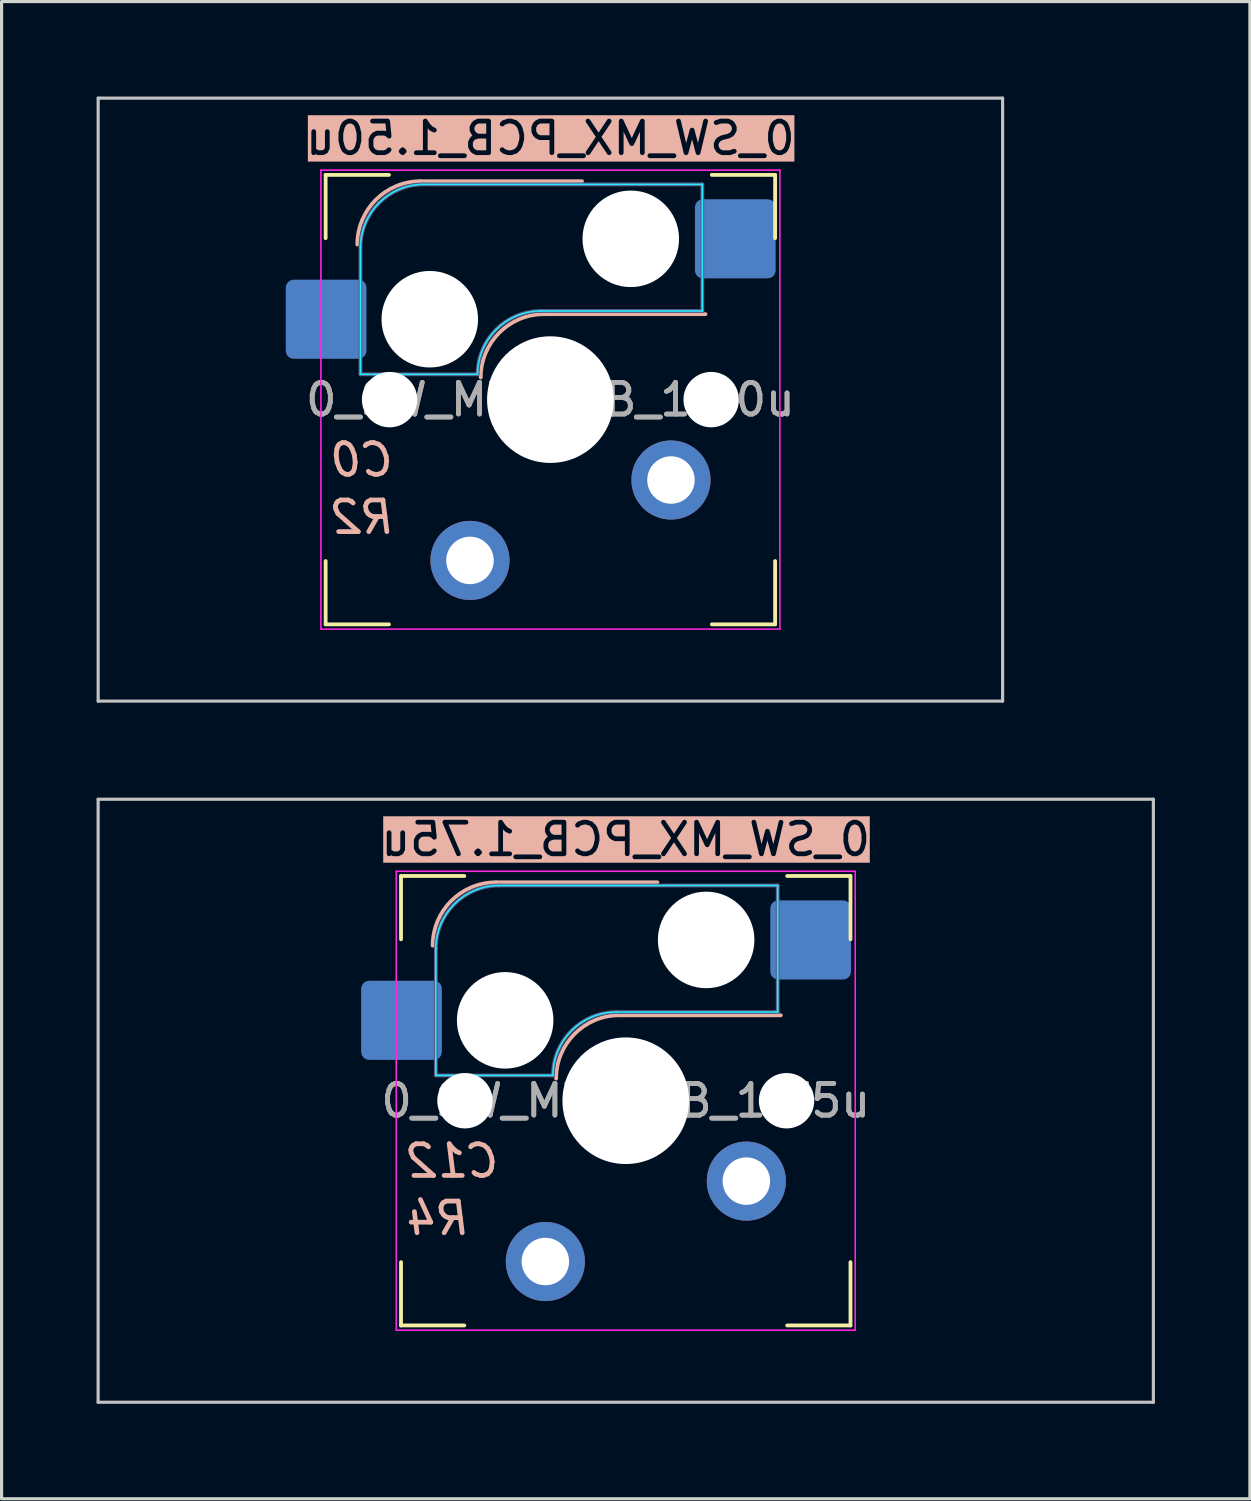
<source format=kicad_pcb>
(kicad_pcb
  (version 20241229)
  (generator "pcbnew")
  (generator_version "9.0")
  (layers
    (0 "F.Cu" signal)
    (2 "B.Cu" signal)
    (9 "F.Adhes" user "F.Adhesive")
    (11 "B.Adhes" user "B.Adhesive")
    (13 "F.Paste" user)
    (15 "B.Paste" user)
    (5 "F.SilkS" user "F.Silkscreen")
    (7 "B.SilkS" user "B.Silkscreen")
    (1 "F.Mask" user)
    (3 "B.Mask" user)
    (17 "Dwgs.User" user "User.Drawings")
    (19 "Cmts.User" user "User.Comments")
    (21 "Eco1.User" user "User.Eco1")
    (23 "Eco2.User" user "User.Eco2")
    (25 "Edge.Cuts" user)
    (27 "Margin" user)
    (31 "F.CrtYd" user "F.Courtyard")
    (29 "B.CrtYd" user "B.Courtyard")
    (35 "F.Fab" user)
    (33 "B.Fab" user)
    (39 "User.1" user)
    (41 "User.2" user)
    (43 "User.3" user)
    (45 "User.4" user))
  (footprint "0_SW_MX_PCB_1.50u"
    (layer "F.Cu")
    (at 14.338 9.575)
    (property "Reference" "0_SW_MX_PCB_1.50u" (at 0 -8.255 0) (layer "B.SilkS" knockout) (effects (font (size 1 1) (thickness 0.15)) (justify mirror)))
    (property "SW_ROW" "R2" (at -6.985 3.715 0) (layer "B.SilkS") (effects (font (size 1 1) (thickness 0.15) (italic yes)) (justify right mirror)))
    (property "SW_COL" "C0" (at -6.985 1.905 0) (layer "B.SilkS") (effects (font (size 1 1) (thickness 0.15) (italic yes)) (justify right mirror)))
    (attr through_hole)
    (fp_line (start -7.1 -7.1) (end -7.1 -5.1) (stroke (width 0.12) (type solid)) (layer "F.SilkS"))
    (fp_line (start -7.1 -7.1) (end -5.1 -7.1) (stroke (width 0.12) (type solid)) (layer "F.SilkS"))
    (fp_line (start -7.1 7.1) (end -7.1 5.1) (stroke (width 0.12) (type solid)) (layer "F.SilkS"))
    (fp_line (start -7.1 7.1) (end -5.1 7.1) (stroke (width 0.12) (type solid)) (layer "F.SilkS"))
    (fp_line (start 7.1 -7.1) (end 5.1 -7.1) (stroke (width 0.12) (type solid)) (layer "F.SilkS"))
    (fp_line (start 7.1 -7.1) (end 7.1 -5.1) (stroke (width 0.12) (type solid)) (layer "F.SilkS"))
    (fp_line (start 7.1 7.1) (end 5.1 7.1) (stroke (width 0.12) (type solid)) (layer "F.SilkS"))
    (fp_line (start 7.1 7.1) (end 7.1 5.1) (stroke (width 0.12) (type solid)) (layer "F.SilkS"))
    (fp_line (start -4.1 -6.9) (end 1 -6.9) (stroke (width 0.12) (type solid)) (layer "B.SilkS"))
    (fp_line (start -0.2 -2.7) (end 4.9 -2.7) (stroke (width 0.12) (type solid)) (layer "B.SilkS"))
    (fp_arc (start -6.1 -4.9) (mid -5.514214 -6.314214) (end -4.1 -6.9) (stroke (width 0.12) (type solid)) (layer "B.SilkS"))
    (fp_arc (start -2.2 -0.7) (mid -1.614214 -2.114214) (end -0.2 -2.7) (stroke (width 0.12) (type solid)) (layer "B.SilkS"))
    (fp_line (start -14.287 -9.525) (end -14.287 9.525) (stroke (width 0.1) (type solid)) (layer "Dwgs.User"))
    (fp_line (start -14.287 9.525) (end 14.287 9.525) (stroke (width 0.1) (type solid)) (layer "Dwgs.User"))
    (fp_line (start 14.287 -9.525) (end -14.287 -9.525) (stroke (width 0.1) (type solid)) (layer "Dwgs.User"))
    (fp_line (start 14.287 9.525) (end 14.287 -9.525) (stroke (width 0.1) (type solid)) (layer "Dwgs.User"))
    (fp_line (start -6 -0.8) (end -6 -4.8) (stroke (width 0.05) (type solid)) (layer "B.CrtYd"))
    (fp_line (start -6 -0.8) (end -2.3 -0.8) (stroke (width 0.05) (type solid)) (layer "B.CrtYd"))
    (fp_line (start -4 -6.8) (end 4.8 -6.8) (stroke (width 0.05) (type solid)) (layer "B.CrtYd"))
    (fp_line (start -0.3 -2.8) (end 4.8 -2.8) (stroke (width 0.05) (type solid)) (layer "B.CrtYd"))
    (fp_line (start 4.8 -6.8) (end 4.8 -2.8) (stroke (width 0.05) (type solid)) (layer "B.CrtYd"))
    (fp_arc (start -6 -4.8) (mid -5.414214 -6.214214) (end -4 -6.8) (stroke (width 0.05) (type solid)) (layer "B.CrtYd"))
    (fp_arc (start -2.3 -0.8) (mid -1.714214 -2.214214) (end -0.3 -2.8) (stroke (width 0.05) (type solid)) (layer "B.CrtYd"))
    (fp_line (start -7.25 -7.25) (end -7.25 7.25) (stroke (width 0.05) (type solid)) (layer "F.CrtYd"))
    (fp_line (start -7.25 7.25) (end 7.25 7.25) (stroke (width 0.05) (type solid)) (layer "F.CrtYd"))
    (fp_line (start 7.25 -7.25) (end -7.25 -7.25) (stroke (width 0.05) (type solid)) (layer "F.CrtYd"))
    (fp_line (start 7.25 7.25) (end 7.25 -7.25) (stroke (width 0.05) (type solid)) (layer "F.CrtYd"))
    (fp_line (start -6 -0.8) (end -6 -4.8) (stroke (width 0.12) (type solid)) (layer "B.Fab"))
    (fp_line (start -6 -0.8) (end -2.3 -0.8) (stroke (width 0.12) (type solid)) (layer "B.Fab"))
    (fp_line (start -4 -6.8) (end 4.8 -6.8) (stroke (width 0.12) (type solid)) (layer "B.Fab"))
    (fp_line (start -0.3 -2.8) (end 4.8 -2.8) (stroke (width 0.12) (type solid)) (layer "B.Fab"))
    (fp_line (start 4.8 -6.8) (end 4.8 -2.8) (stroke (width 0.12) (type solid)) (layer "B.Fab"))
    (fp_arc (start -6 -4.8) (mid -5.414214 -6.214214) (end -4 -6.8) (stroke (width 0.12) (type solid)) (layer "B.Fab"))
    (fp_arc (start -2.3 -0.8) (mid -1.714214 -2.214214) (end -0.3 -2.8) (stroke (width 0.12) (type solid)) (layer "B.Fab"))
    (fp_text user "${REFERENCE}" (at 0 0 0) (layer "F.Fab") (effects (font (size 1 1) (thickness 0.15))))
    (fp_text user "${REFERENCE}" (at 0 0 0) (layer "F.Fab") (effects (font (size 1 1) (thickness 0.15))))
    (pad "" np_thru_hole circle (at -5.08 0) (size 1.75 1.75) (drill 1.75) (layers "*.Cu" "*.Mask"))
    (pad "" np_thru_hole circle (at -3.81 -2.54) (size 3.05 3.05) (drill 3.05) (layers "*.Cu" "*.Mask"))
    (pad "" np_thru_hole circle (at 0 0) (size 4 4) (drill 4) (layers "*.Cu" "*.Mask"))
    (pad "" np_thru_hole circle (at 2.54 -5.08) (size 3.05 3.05) (drill 3.05) (layers "*.Cu" "*.Mask"))
    (pad "" np_thru_hole circle (at 5.08 0) (size 1.75 1.75) (drill 1.75) (layers "*.Cu" "*.Mask"))
    (pad "1" smd roundrect (at -7.085 -2.54) (size 2.55 2.5) (layers "B.Cu" "B.Mask" "B.Paste") (roundrect_rratio 0.1))
    (pad "1" thru_hole circle (at -2.54 5.08 180) (size 2.5 2.5) (drill 1.5) (layers "*.Cu" "*.Mask"))
    (pad "2" thru_hole circle (at 3.81 2.54 180) (size 2.5 2.5) (drill 1.5) (layers "*.Cu" "*.Mask"))
    (pad "2" smd roundrect (at 5.842 -5.08) (size 2.55 2.5) (layers "B.Cu" "B.Mask" "B.Paste") (roundrect_rratio 0.1)))
  (footprint "0_SW_MX_PCB_1.75u"
    (layer "F.Cu")
    (at 16.719 31.725)
    (property "Reference" "0_SW_MX_PCB_1.75u" (at 0 -8.255 0) (layer "B.SilkS" knockout) (effects (font (size 1 1) (thickness 0.15)) (justify mirror)))
    (property "SW_ROW" "R4" (at -6.985 3.715 0) (layer "B.SilkS") (effects (font (size 1 1) (thickness 0.15) (italic yes)) (justify right mirror)))
    (property "SW_COL" "C12" (at -6.985 1.905 0) (layer "B.SilkS") (effects (font (size 1 1) (thickness 0.15) (italic yes)) (justify right mirror)))
    (attr through_hole)
    (fp_line (start -7.1 -7.1) (end -7.1 -5.1) (stroke (width 0.12) (type solid)) (layer "F.SilkS"))
    (fp_line (start -7.1 -7.1) (end -5.1 -7.1) (stroke (width 0.12) (type solid)) (layer "F.SilkS"))
    (fp_line (start -7.1 7.1) (end -7.1 5.1) (stroke (width 0.12) (type solid)) (layer "F.SilkS"))
    (fp_line (start -7.1 7.1) (end -5.1 7.1) (stroke (width 0.12) (type solid)) (layer "F.SilkS"))
    (fp_line (start 7.1 -7.1) (end 5.1 -7.1) (stroke (width 0.12) (type solid)) (layer "F.SilkS"))
    (fp_line (start 7.1 -7.1) (end 7.1 -5.1) (stroke (width 0.12) (type solid)) (layer "F.SilkS"))
    (fp_line (start 7.1 7.1) (end 5.1 7.1) (stroke (width 0.12) (type solid)) (layer "F.SilkS"))
    (fp_line (start 7.1 7.1) (end 7.1 5.1) (stroke (width 0.12) (type solid)) (layer "F.SilkS"))
    (fp_line (start -4.1 -6.9) (end 1 -6.9) (stroke (width 0.12) (type solid)) (layer "B.SilkS"))
    (fp_line (start -0.2 -2.7) (end 4.9 -2.7) (stroke (width 0.12) (type solid)) (layer "B.SilkS"))
    (fp_arc (start -6.1 -4.9) (mid -5.514214 -6.314214) (end -4.1 -6.9) (stroke (width 0.12) (type solid)) (layer "B.SilkS"))
    (fp_arc (start -2.2 -0.7) (mid -1.614214 -2.114214) (end -0.2 -2.7) (stroke (width 0.12) (type solid)) (layer "B.SilkS"))
    (fp_line (start -16.669 -9.525) (end -16.669 9.525) (stroke (width 0.1) (type solid)) (layer "Dwgs.User"))
    (fp_line (start -16.669 9.525) (end 16.669 9.525) (stroke (width 0.1) (type solid)) (layer "Dwgs.User"))
    (fp_line (start 16.669 -9.525) (end -16.669 -9.525) (stroke (width 0.1) (type solid)) (layer "Dwgs.User"))
    (fp_line (start 16.669 9.525) (end 16.669 -9.525) (stroke (width 0.1) (type solid)) (layer "Dwgs.User"))
    (fp_line (start -6 -0.8) (end -6 -4.8) (stroke (width 0.05) (type solid)) (layer "B.CrtYd"))
    (fp_line (start -6 -0.8) (end -2.3 -0.8) (stroke (width 0.05) (type solid)) (layer "B.CrtYd"))
    (fp_line (start -4 -6.8) (end 4.8 -6.8) (stroke (width 0.05) (type solid)) (layer "B.CrtYd"))
    (fp_line (start -0.3 -2.8) (end 4.8 -2.8) (stroke (width 0.05) (type solid)) (layer "B.CrtYd"))
    (fp_line (start 4.8 -6.8) (end 4.8 -2.8) (stroke (width 0.05) (type solid)) (layer "B.CrtYd"))
    (fp_arc (start -6 -4.8) (mid -5.414214 -6.214214) (end -4 -6.8) (stroke (width 0.05) (type solid)) (layer "B.CrtYd"))
    (fp_arc (start -2.3 -0.8) (mid -1.714214 -2.214214) (end -0.3 -2.8) (stroke (width 0.05) (type solid)) (layer "B.CrtYd"))
    (fp_line (start -7.25 -7.25) (end -7.25 7.25) (stroke (width 0.05) (type solid)) (layer "F.CrtYd"))
    (fp_line (start -7.25 7.25) (end 7.25 7.25) (stroke (width 0.05) (type solid)) (layer "F.CrtYd"))
    (fp_line (start 7.25 -7.25) (end -7.25 -7.25) (stroke (width 0.05) (type solid)) (layer "F.CrtYd"))
    (fp_line (start 7.25 7.25) (end 7.25 -7.25) (stroke (width 0.05) (type solid)) (layer "F.CrtYd"))
    (fp_line (start -6 -0.8) (end -6 -4.8) (stroke (width 0.12) (type solid)) (layer "B.Fab"))
    (fp_line (start -6 -0.8) (end -2.3 -0.8) (stroke (width 0.12) (type solid)) (layer "B.Fab"))
    (fp_line (start -4 -6.8) (end 4.8 -6.8) (stroke (width 0.12) (type solid)) (layer "B.Fab"))
    (fp_line (start -0.3 -2.8) (end 4.8 -2.8) (stroke (width 0.12) (type solid)) (layer "B.Fab"))
    (fp_line (start 4.8 -6.8) (end 4.8 -2.8) (stroke (width 0.12) (type solid)) (layer "B.Fab"))
    (fp_arc (start -6 -4.8) (mid -5.414214 -6.214214) (end -4 -6.8) (stroke (width 0.12) (type solid)) (layer "B.Fab"))
    (fp_arc (start -2.3 -0.8) (mid -1.714214 -2.214214) (end -0.3 -2.8) (stroke (width 0.12) (type solid)) (layer "B.Fab"))
    (fp_text user "${REFERENCE}" (at 0 0 0) (layer "F.Fab") (effects (font (size 1 1) (thickness 0.15))))
    (fp_text user "${REFERENCE}" (at 0 0 0) (layer "F.Fab") (effects (font (size 1 1) (thickness 0.15))))
    (pad "" np_thru_hole circle (at -5.08 0) (size 1.75 1.75) (drill 1.75) (layers "*.Cu" "*.Mask"))
    (pad "" np_thru_hole circle (at -3.81 -2.54) (size 3.05 3.05) (drill 3.05) (layers "*.Cu" "*.Mask"))
    (pad "" np_thru_hole circle (at 0 0) (size 4 4) (drill 4) (layers "*.Cu" "*.Mask"))
    (pad "" np_thru_hole circle (at 2.54 -5.08) (size 3.05 3.05) (drill 3.05) (layers "*.Cu" "*.Mask"))
    (pad "" np_thru_hole circle (at 5.08 0) (size 1.75 1.75) (drill 1.75) (layers "*.Cu" "*.Mask"))
    (pad "1" smd roundrect (at -7.085 -2.54) (size 2.55 2.5) (layers "B.Cu" "B.Mask" "B.Paste") (roundrect_rratio 0.1))
    (pad "1" thru_hole circle (at -2.54 5.08 180) (size 2.5 2.5) (drill 1.5) (layers "*.Cu" "*.Mask"))
    (pad "2" thru_hole circle (at 3.81 2.54 180) (size 2.5 2.5) (drill 1.5) (layers "*.Cu" "*.Mask"))
    (pad "2" smd roundrect (at 5.842 -5.08) (size 2.55 2.5) (layers "B.Cu" "B.Mask" "B.Paste") (roundrect_rratio 0.1)))
  (gr_rect
    (start -3 -3)
    (end 36.438 44.3)
    (stroke (width 0.1) (type default))
    (fill no)
    (layer "Edge.Cuts")))
</source>
